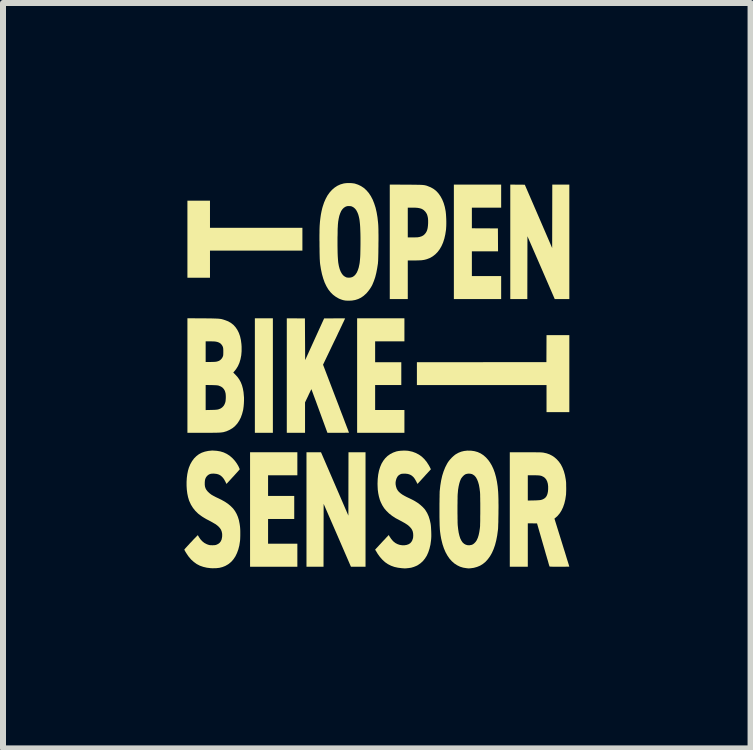
<source format=kicad_pcb>
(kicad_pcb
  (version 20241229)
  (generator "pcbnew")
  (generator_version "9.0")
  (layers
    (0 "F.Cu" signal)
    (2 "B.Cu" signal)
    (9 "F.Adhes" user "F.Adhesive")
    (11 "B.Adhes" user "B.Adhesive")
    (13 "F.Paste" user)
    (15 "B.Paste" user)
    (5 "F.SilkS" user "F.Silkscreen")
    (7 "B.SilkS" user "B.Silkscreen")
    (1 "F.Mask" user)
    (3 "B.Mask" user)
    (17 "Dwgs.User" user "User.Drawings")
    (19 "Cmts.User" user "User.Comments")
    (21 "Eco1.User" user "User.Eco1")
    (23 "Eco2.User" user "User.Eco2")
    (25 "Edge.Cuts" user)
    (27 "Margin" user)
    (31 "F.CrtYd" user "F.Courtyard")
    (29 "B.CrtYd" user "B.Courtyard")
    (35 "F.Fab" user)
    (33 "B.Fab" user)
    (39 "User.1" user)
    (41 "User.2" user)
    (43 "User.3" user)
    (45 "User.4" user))
  (footprint "LOGO"
    (layer "F.Cu")
    (at 3.229 3.21)
    (property "Reference" "LOGO" (at 0 0 0) (layer "User.1") (effects (font (size 1.5 1.5) (thickness 0.3)) (justify mirror)))
    (attr board_only exclude_from_pos_files exclude_from_bom)
    (fp_poly (pts (xy -1.732 -0.002) (xy -1.732 0.952) (xy -1.882 0.952) (xy -2.032 0.952) (xy -2.032 -0.002) (xy -2.032 -0.956) (xy -1.882 -0.956) (xy -1.732 -0.956)) (stroke (width 0) (type solid)) (fill yes) (layer "F.SilkS"))
    (fp_poly (pts (xy -2.78 -2.69) (xy -2.78 -2.464) (xy -2.01 -2.464) (xy -1.24 -2.464) (xy -1.24 -2.274) (xy -1.24 -2.084) (xy -2.01 -2.084) (xy -2.78 -2.084) (xy -2.78 -1.858) (xy -2.78 -1.632) (xy -2.968 -1.632) (xy -3.156 -1.632) (xy -3.156 -2.274) (xy -3.156 -2.916) (xy -2.968 -2.916) (xy -2.78 -2.916)) (stroke (width 0) (type solid)) (fill yes) (layer "F.SilkS"))
    (fp_poly (pts (xy 3.208 -0.034) (xy 3.208 0.608) (xy 3.018 0.608) (xy 2.828 0.608) (xy 2.828 0.382) (xy 2.828 0.156) (xy 1.748 0.156) (xy 0.668 0.156) (xy 0.668 -0.034) (xy 0.668 -0.224) (xy 1.747 -0.225) (xy 2.826 -0.226) (xy 2.827 -0.451) (xy 2.828 -0.676) (xy 3.018 -0.676) (xy 3.208 -0.676)) (stroke (width 0) (type solid)) (fill yes) (layer "F.SilkS"))
    (fp_poly (pts (xy -0.188 2.23) (xy -0.188 3.184) (xy -0.309 3.184) (xy -0.431 3.184) (xy -0.658 2.66) (xy -0.886 2.136) (xy -0.887 2.66) (xy -0.888 3.184) (xy -1.03 3.184) (xy -1.172 3.184) (xy -1.172 2.23) (xy -1.172 1.276) (xy -1.051 1.276) (xy -0.93 1.276) (xy -0.702 1.804) (xy -0.474 2.332) (xy -0.473 1.804) (xy -0.472 1.276) (xy -0.33 1.276) (xy -0.188 1.276)) (stroke (width 0) (type solid)) (fill yes) (layer "F.SilkS"))
    (fp_poly (pts (xy 2.345 -3.183) (xy 2.466 -3.182) (xy 2.694 -2.655) (xy 2.922 -2.127) (xy 2.923 -2.656) (xy 2.924 -3.184) (xy 3.066 -3.184) (xy 3.208 -3.184) (xy 3.208 -2.23) (xy 3.208 -1.276) (xy 3.087 -1.276) (xy 2.965 -1.276) (xy 2.738 -1.8) (xy 2.51 -2.323) (xy 2.509 -1.8) (xy 2.508 -1.276) (xy 2.366 -1.276) (xy 2.224 -1.276) (xy 2.224 -2.23) (xy 2.224 -3.184)) (stroke (width 0) (type solid)) (fill yes) (layer "F.SilkS"))
    (fp_poly (pts (xy -1.324 1.468) (xy -1.324 1.66) (xy -1.568 1.66) (xy -1.812 1.66) (xy -1.812 1.832) (xy -1.812 2.004) (xy -1.594 2.004) (xy -1.376 2.004) (xy -1.376 2.196) (xy -1.376 2.388) (xy -1.594 2.388) (xy -1.812 2.388) (xy -1.812 2.594) (xy -1.812 2.8) (xy -1.568 2.8) (xy -1.324 2.8) (xy -1.324 2.992) (xy -1.324 3.184) (xy -1.718 3.184) (xy -2.112 3.184) (xy -2.112 2.23) (xy -2.112 1.276) (xy -1.718 1.276) (xy -1.324 1.276)) (stroke (width 0) (type solid)) (fill yes) (layer "F.SilkS"))
    (fp_poly (pts (xy 0.46 -0.764) (xy 0.46 -0.572) (xy 0.216 -0.572) (xy -0.028 -0.572) (xy -0.028 -0.398) (xy -0.028 -0.224) (xy 0.19 -0.224) (xy 0.408 -0.224) (xy 0.408 -0.034) (xy 0.408 0.156) (xy 0.19 0.156) (xy -0.028 0.156) (xy -0.028 0.364) (xy -0.028 0.572) (xy 0.216 0.572) (xy 0.46 0.572) (xy 0.46 0.762) (xy 0.46 0.952) (xy 0.066 0.952) (xy -0.328 0.952) (xy -0.328 -0.002) (xy -0.328 -0.956) (xy 0.066 -0.956) (xy 0.46 -0.956)) (stroke (width 0) (type solid)) (fill yes) (layer "F.SilkS"))
    (fp_poly (pts (xy 2.072 -2.992) (xy 2.072 -2.8) (xy 1.828 -2.8) (xy 1.584 -2.8) (xy 1.584 -2.628) (xy 1.584 -2.456) (xy 1.801 -2.455) (xy 2.018 -2.454) (xy 2.019 -2.263) (xy 2.02 -2.072) (xy 1.802 -2.072) (xy 1.584 -2.072) (xy 1.584 -1.866) (xy 1.584 -1.66) (xy 1.828 -1.66) (xy 2.072 -1.66) (xy 2.072 -1.468) (xy 2.072 -1.276) (xy 1.678 -1.276) (xy 1.284 -1.276) (xy 1.284 -2.23) (xy 1.284 -3.184) (xy 1.678 -3.184) (xy 2.072 -3.184)) (stroke (width 0) (type solid)) (fill yes) (layer "F.SilkS"))
    (fp_poly (pts (xy -1.349 -0.955) (xy -1.198 -0.954) (xy -1.196 -0.607) (xy -1.194 -0.259) (xy -1.036 -0.607) (xy -0.878 -0.954) (xy -0.703 -0.955) (xy -0.666 -0.955) (xy -0.632 -0.955) (xy -0.602 -0.955) (xy -0.576 -0.955) (xy -0.554 -0.955) (xy -0.539 -0.954) (xy -0.53 -0.954) (xy -0.528 -0.954) (xy -0.53 -0.95) (xy -0.535 -0.939) (xy -0.543 -0.922) (xy -0.553 -0.9) (xy -0.567 -0.872) (xy -0.582 -0.839) (xy -0.6 -0.802) (xy -0.619 -0.761) (xy -0.641 -0.716) (xy -0.663 -0.668) (xy -0.687 -0.618) (xy -0.712 -0.567) (xy -0.896 -0.183) (xy -0.68 0.382) (xy -0.655 0.447) (xy -0.631 0.509) (xy -0.609 0.569) (xy -0.587 0.626) (xy -0.566 0.68) (xy -0.547 0.73) (xy -0.53 0.776) (xy -0.514 0.817) (xy -0.5 0.854) (xy -0.488 0.885) (xy -0.478 0.911) (xy -0.471 0.93) (xy -0.466 0.943) (xy -0.464 0.949) (xy -0.464 0.95) (xy -0.468 0.95) (xy -0.479 0.951) (xy -0.496 0.951) (xy -0.519 0.951) (xy -0.547 0.952) (xy -0.579 0.952) (xy -0.614 0.952) (xy -0.643 0.952) (xy -0.823 0.952) (xy -0.956 0.589) (xy -0.975 0.537) (xy -0.993 0.488) (xy -1.01 0.441) (xy -1.026 0.398) (xy -1.041 0.358) (xy -1.054 0.323) (xy -1.065 0.292) (xy -1.075 0.266) (xy -1.082 0.246) (xy -1.087 0.233) (xy -1.09 0.226) (xy -1.09 0.225) (xy -1.092 0.228) (xy -1.097 0.238) (xy -1.104 0.253) (xy -1.114 0.273) (xy -1.125 0.296) (xy -1.138 0.323) (xy -1.143 0.335) (xy -1.196 0.445) (xy -1.196 0.699) (xy -1.196 0.952) (xy -1.348 0.952) (xy -1.5 0.952) (xy -1.5 -0.002) (xy -1.5 -0.956)) (stroke (width 0) (type solid)) (fill yes) (layer "F.SilkS"))
    (fp_poly (pts (xy 0.489 -3.183) (xy 0.544 -3.183) (xy 0.592 -3.182) (xy 0.634 -3.182) (xy 0.669 -3.181) (xy 0.699 -3.181) (xy 0.725 -3.18) (xy 0.746 -3.179) (xy 0.764 -3.178) (xy 0.779 -3.176) (xy 0.792 -3.175) (xy 0.804 -3.172) (xy 0.815 -3.17) (xy 0.826 -3.167) (xy 0.838 -3.163) (xy 0.848 -3.159) (xy 0.9 -3.138) (xy 0.947 -3.111) (xy 0.99 -3.077) (xy 1.028 -3.036) (xy 1.061 -2.989) (xy 1.09 -2.936) (xy 1.114 -2.877) (xy 1.133 -2.812) (xy 1.147 -2.741) (xy 1.15 -2.714) (xy 1.153 -2.685) (xy 1.155 -2.65) (xy 1.157 -2.612) (xy 1.158 -2.571) (xy 1.158 -2.531) (xy 1.157 -2.492) (xy 1.155 -2.458) (xy 1.153 -2.43) (xy 1.141 -2.353) (xy 1.125 -2.283) (xy 1.104 -2.218) (xy 1.078 -2.159) (xy 1.048 -2.107) (xy 1.013 -2.061) (xy 0.974 -2.021) (xy 0.93 -1.987) (xy 0.882 -1.96) (xy 0.83 -1.94) (xy 0.824 -1.939) (xy 0.804 -1.933) (xy 0.784 -1.929) (xy 0.764 -1.926) (xy 0.743 -1.923) (xy 0.717 -1.922) (xy 0.688 -1.921) (xy 0.653 -1.92) (xy 0.622 -1.92) (xy 0.516 -1.92) (xy 0.516 -1.598) (xy 0.516 -1.276) (xy 0.366 -1.276) (xy 0.216 -1.276) (xy 0.216 -2.23) (xy 0.216 -2.8) (xy 0.516 -2.8) (xy 0.516 -2.552) (xy 0.516 -2.304) (xy 0.599 -2.304) (xy 0.629 -2.304) (xy 0.653 -2.305) (xy 0.672 -2.305) (xy 0.686 -2.307) (xy 0.699 -2.309) (xy 0.711 -2.311) (xy 0.713 -2.312) (xy 0.741 -2.32) (xy 0.762 -2.33) (xy 0.781 -2.342) (xy 0.796 -2.356) (xy 0.814 -2.377) (xy 0.828 -2.4) (xy 0.839 -2.427) (xy 0.847 -2.459) (xy 0.852 -2.497) (xy 0.855 -2.541) (xy 0.855 -2.544) (xy 0.855 -2.589) (xy 0.852 -2.627) (xy 0.845 -2.66) (xy 0.836 -2.689) (xy 0.822 -2.714) (xy 0.804 -2.738) (xy 0.799 -2.742) (xy 0.782 -2.759) (xy 0.762 -2.772) (xy 0.74 -2.783) (xy 0.714 -2.79) (xy 0.683 -2.796) (xy 0.646 -2.799) (xy 0.603 -2.8) (xy 0.592 -2.8) (xy 0.516 -2.8) (xy 0.216 -2.8) (xy 0.216 -3.184)) (stroke (width 0) (type solid)) (fill yes) (layer "F.SilkS"))
    (fp_poly (pts (xy 2.532 1.276) (xy 2.579 1.276) (xy 2.619 1.276) (xy 2.653 1.277) (xy 2.682 1.277) (xy 2.705 1.277) (xy 2.725 1.278) (xy 2.741 1.279) (xy 2.754 1.28) (xy 2.764 1.281) (xy 2.773 1.282) (xy 2.774 1.282) (xy 2.829 1.294) (xy 2.877 1.311) (xy 2.922 1.334) (xy 2.963 1.362) (xy 2.997 1.392) (xy 3.034 1.433) (xy 3.067 1.48) (xy 3.094 1.533) (xy 3.117 1.592) (xy 3.135 1.657) (xy 3.148 1.728) (xy 3.152 1.758) (xy 3.154 1.778) (xy 3.155 1.805) (xy 3.155 1.835) (xy 3.156 1.868) (xy 3.156 1.901) (xy 3.155 1.933) (xy 3.154 1.961) (xy 3.153 1.984) (xy 3.152 1.99) (xy 3.141 2.063) (xy 3.125 2.13) (xy 3.104 2.191) (xy 3.078 2.246) (xy 3.047 2.295) (xy 3.011 2.338) (xy 2.977 2.368) (xy 2.96 2.382) (xy 3.084 2.781) (xy 3.101 2.836) (xy 3.117 2.888) (xy 3.133 2.938) (xy 3.147 2.984) (xy 3.16 3.027) (xy 3.172 3.066) (xy 3.183 3.1) (xy 3.192 3.129) (xy 3.199 3.152) (xy 3.204 3.169) (xy 3.207 3.179) (xy 3.208 3.182) (xy 3.204 3.182) (xy 3.193 3.183) (xy 3.176 3.183) (xy 3.153 3.183) (xy 3.125 3.184) (xy 3.094 3.184) (xy 3.06 3.184) (xy 3.044 3.184) (xy 3.003 3.184) (xy 2.97 3.184) (xy 2.943 3.184) (xy 2.922 3.183) (xy 2.906 3.183) (xy 2.894 3.182) (xy 2.886 3.182) (xy 2.881 3.18) (xy 2.879 3.179) (xy 2.877 3.178) (xy 2.877 3.177) (xy 2.875 3.172) (xy 2.872 3.16) (xy 2.866 3.142) (xy 2.859 3.117) (xy 2.851 3.087) (xy 2.84 3.052) (xy 2.829 3.013) (xy 2.816 2.97) (xy 2.803 2.923) (xy 2.789 2.874) (xy 2.774 2.823) (xy 2.772 2.816) (xy 2.67 2.462) (xy 2.593 2.461) (xy 2.516 2.46) (xy 2.516 2.822) (xy 2.516 3.184) (xy 2.366 3.184) (xy 2.216 3.184) (xy 2.216 2.23) (xy 2.216 1.66) (xy 2.516 1.66) (xy 2.516 1.871) (xy 2.516 2.081) (xy 2.615 2.079) (xy 2.655 2.078) (xy 2.687 2.076) (xy 2.713 2.074) (xy 2.73 2.072) (xy 2.736 2.071) (xy 2.768 2.06) (xy 2.794 2.045) (xy 2.815 2.026) (xy 2.831 2.002) (xy 2.843 1.972) (xy 2.851 1.936) (xy 2.855 1.894) (xy 2.855 1.844) (xy 2.85 1.801) (xy 2.839 1.763) (xy 2.824 1.732) (xy 2.803 1.706) (xy 2.777 1.686) (xy 2.746 1.671) (xy 2.727 1.666) (xy 2.715 1.664) (xy 2.699 1.662) (xy 2.678 1.661) (xy 2.651 1.66) (xy 2.617 1.66) (xy 2.609 1.66) (xy 2.516 1.66) (xy 2.216 1.66) (xy 2.216 1.276) (xy 2.477 1.276)) (stroke (width 0) (type solid)) (fill yes) (layer "F.SilkS"))
    (fp_poly (pts (xy -2.901 -0.955) (xy -2.846 -0.955) (xy -2.798 -0.954) (xy -2.756 -0.954) (xy -2.721 -0.953) (xy -2.691 -0.952) (xy -2.665 -0.951) (xy -2.643 -0.95) (xy -2.624 -0.948) (xy -2.607 -0.946) (xy -2.592 -0.944) (xy -2.578 -0.94) (xy -2.564 -0.937) (xy -2.55 -0.932) (xy -2.534 -0.927) (xy -2.528 -0.925) (xy -2.476 -0.905) (xy -2.43 -0.878) (xy -2.389 -0.846) (xy -2.354 -0.807) (xy -2.324 -0.763) (xy -2.299 -0.713) (xy -2.279 -0.657) (xy -2.265 -0.595) (xy -2.256 -0.527) (xy -2.253 -0.482) (xy -2.253 -0.407) (xy -2.259 -0.338) (xy -2.272 -0.273) (xy -2.29 -0.213) (xy -2.314 -0.159) (xy -2.345 -0.109) (xy -2.374 -0.073) (xy -2.392 -0.052) (xy -2.357 -0.017) (xy -2.322 0.021) (xy -2.292 0.063) (xy -2.267 0.109) (xy -2.247 0.159) (xy -2.232 0.214) (xy -2.221 0.275) (xy -2.215 0.342) (xy -2.213 0.365) (xy -2.213 0.412) (xy -2.215 0.461) (xy -2.219 0.51) (xy -2.225 0.555) (xy -2.228 0.574) (xy -2.245 0.638) (xy -2.266 0.697) (xy -2.293 0.75) (xy -2.325 0.798) (xy -2.362 0.839) (xy -2.404 0.874) (xy -2.451 0.902) (xy -2.502 0.925) (xy -2.507 0.927) (xy -2.521 0.931) (xy -2.535 0.935) (xy -2.547 0.939) (xy -2.561 0.942) (xy -2.575 0.944) (xy -2.591 0.946) (xy -2.609 0.948) (xy -2.63 0.949) (xy -2.655 0.95) (xy -2.684 0.951) (xy -2.718 0.951) (xy -2.758 0.952) (xy -2.804 0.952) (xy -2.857 0.952) (xy -2.889 0.952) (xy -3.156 0.952) (xy -3.156 0.155) (xy -2.852 0.155) (xy -2.852 0.364) (xy -2.852 0.573) (xy -2.759 0.571) (xy -2.724 0.57) (xy -2.696 0.569) (xy -2.674 0.567) (xy -2.657 0.565) (xy -2.645 0.563) (xy -2.642 0.562) (xy -2.607 0.549) (xy -2.578 0.53) (xy -2.554 0.505) (xy -2.536 0.475) (xy -2.523 0.439) (xy -2.522 0.433) (xy -2.519 0.411) (xy -2.517 0.385) (xy -2.516 0.356) (xy -2.517 0.327) (xy -2.519 0.302) (xy -2.522 0.287) (xy -2.532 0.253) (xy -2.548 0.225) (xy -2.569 0.201) (xy -2.596 0.182) (xy -2.63 0.168) (xy -2.636 0.166) (xy -2.645 0.163) (xy -2.656 0.162) (xy -2.67 0.16) (xy -2.688 0.159) (xy -2.711 0.158) (xy -2.741 0.157) (xy -2.755 0.157) (xy -2.852 0.155) (xy -3.156 0.155) (xy -3.156 -0.002) (xy -3.156 -0.572) (xy -2.852 -0.572) (xy -2.852 -0.4) (xy -2.852 -0.228) (xy -2.775 -0.228) (xy -2.737 -0.229) (xy -2.706 -0.23) (xy -2.683 -0.232) (xy -2.671 -0.234) (xy -2.655 -0.238) (xy -2.638 -0.244) (xy -2.628 -0.248) (xy -2.607 -0.262) (xy -2.587 -0.282) (xy -2.572 -0.305) (xy -2.567 -0.315) (xy -2.564 -0.325) (xy -2.561 -0.334) (xy -2.559 -0.345) (xy -2.559 -0.358) (xy -2.558 -0.377) (xy -2.558 -0.4) (xy -2.558 -0.424) (xy -2.559 -0.443) (xy -2.56 -0.456) (xy -2.562 -0.467) (xy -2.564 -0.476) (xy -2.568 -0.486) (xy -2.582 -0.511) (xy -2.602 -0.534) (xy -2.627 -0.55) (xy -2.629 -0.551) (xy -2.646 -0.558) (xy -2.662 -0.563) (xy -2.681 -0.567) (xy -2.703 -0.57) (xy -2.729 -0.571) (xy -2.761 -0.572) (xy -2.775 -0.572) (xy -2.852 -0.572) (xy -3.156 -0.572) (xy -3.156 -0.957)) (stroke (width 0) (type solid)) (fill yes) (layer "F.SilkS"))
    (fp_poly (pts (xy 0.477 1.249) (xy 0.513 1.251) (xy 0.533 1.254) (xy 0.593 1.267) (xy 0.649 1.288) (xy 0.701 1.315) (xy 0.749 1.349) (xy 0.792 1.39) (xy 0.831 1.438) (xy 0.866 1.492) (xy 0.883 1.523) (xy 0.901 1.56) (xy 0.887 1.575) (xy 0.881 1.582) (xy 0.871 1.593) (xy 0.856 1.609) (xy 0.838 1.629) (xy 0.818 1.65) (xy 0.797 1.674) (xy 0.784 1.688) (xy 0.762 1.712) (xy 0.742 1.734) (xy 0.724 1.754) (xy 0.708 1.771) (xy 0.696 1.784) (xy 0.689 1.793) (xy 0.686 1.795) (xy 0.678 1.804) (xy 0.655 1.759) (xy 0.633 1.72) (xy 0.609 1.689) (xy 0.583 1.666) (xy 0.553 1.649) (xy 0.519 1.638) (xy 0.481 1.633) (xy 0.45 1.633) (xy 0.43 1.634) (xy 0.416 1.635) (xy 0.404 1.638) (xy 0.393 1.643) (xy 0.386 1.646) (xy 0.362 1.662) (xy 0.343 1.684) (xy 0.329 1.711) (xy 0.319 1.742) (xy 0.313 1.774) (xy 0.313 1.809) (xy 0.319 1.843) (xy 0.329 1.876) (xy 0.334 1.887) (xy 0.349 1.913) (xy 0.369 1.937) (xy 0.394 1.959) (xy 0.424 1.981) (xy 0.462 2.003) (xy 0.496 2.021) (xy 0.519 2.032) (xy 0.545 2.044) (xy 0.569 2.056) (xy 0.588 2.065) (xy 0.636 2.091) (xy 0.682 2.12) (xy 0.724 2.152) (xy 0.762 2.186) (xy 0.794 2.22) (xy 0.809 2.24) (xy 0.839 2.289) (xy 0.864 2.344) (xy 0.883 2.405) (xy 0.896 2.464) (xy 0.9 2.492) (xy 0.903 2.526) (xy 0.905 2.563) (xy 0.907 2.603) (xy 0.908 2.643) (xy 0.908 2.681) (xy 0.906 2.716) (xy 0.904 2.74) (xy 0.894 2.814) (xy 0.878 2.882) (xy 0.858 2.943) (xy 0.833 2.999) (xy 0.802 3.048) (xy 0.767 3.091) (xy 0.727 3.127) (xy 0.682 3.158) (xy 0.658 3.17) (xy 0.616 3.187) (xy 0.572 3.2) (xy 0.523 3.207) (xy 0.51 3.208) (xy 0.492 3.21) (xy 0.477 3.211) (xy 0.466 3.211) (xy 0.462 3.211) (xy 0.457 3.211) (xy 0.445 3.21) (xy 0.429 3.209) (xy 0.416 3.208) (xy 0.352 3.2) (xy 0.293 3.187) (xy 0.237 3.167) (xy 0.186 3.141) (xy 0.139 3.109) (xy 0.095 3.069) (xy 0.053 3.022) (xy 0.014 2.968) (xy -0.002 2.941) (xy -0.028 2.899) (xy -0.013 2.882) (xy -0.005 2.874) (xy 0.007 2.861) (xy 0.022 2.845) (xy 0.039 2.826) (xy 0.059 2.805) (xy 0.079 2.783) (xy 0.1 2.76) (xy 0.121 2.738) (xy 0.141 2.717) (xy 0.158 2.698) (xy 0.174 2.682) (xy 0.186 2.669) (xy 0.194 2.66) (xy 0.198 2.656) (xy 0.198 2.656) (xy 0.201 2.659) (xy 0.206 2.668) (xy 0.212 2.679) (xy 0.238 2.718) (xy 0.268 2.754) (xy 0.282 2.767) (xy 0.312 2.79) (xy 0.347 2.808) (xy 0.384 2.82) (xy 0.423 2.826) (xy 0.461 2.826) (xy 0.498 2.82) (xy 0.531 2.808) (xy 0.556 2.792) (xy 0.576 2.77) (xy 0.591 2.744) (xy 0.602 2.711) (xy 0.605 2.695) (xy 0.607 2.661) (xy 0.605 2.627) (xy 0.598 2.594) (xy 0.59 2.575) (xy 0.58 2.556) (xy 0.564 2.535) (xy 0.544 2.514) (xy 0.523 2.495) (xy 0.514 2.488) (xy 0.493 2.474) (xy 0.467 2.457) (xy 0.436 2.44) (xy 0.403 2.422) (xy 0.379 2.409) (xy 0.313 2.374) (xy 0.255 2.336) (xy 0.204 2.296) (xy 0.16 2.253) (xy 0.122 2.208) (xy 0.091 2.159) (xy 0.065 2.106) (xy 0.05 2.067) (xy 0.035 2.014) (xy 0.024 1.96) (xy 0.016 1.901) (xy 0.013 1.838) (xy 0.012 1.799) (xy 0.015 1.722) (xy 0.023 1.65) (xy 0.036 1.584) (xy 0.055 1.523) (xy 0.078 1.468) (xy 0.107 1.419) (xy 0.141 1.375) (xy 0.179 1.338) (xy 0.223 1.307) (xy 0.271 1.282) (xy 0.324 1.263) (xy 0.332 1.261) (xy 0.363 1.255) (xy 0.399 1.251) (xy 0.438 1.249)) (stroke (width 0) (type solid)) (fill yes) (layer "F.SilkS"))
    (fp_poly (pts (xy -2.668 1.252) (xy -2.608 1.262) (xy -2.552 1.279) (xy -2.499 1.304) (xy -2.451 1.335) (xy -2.406 1.374) (xy -2.365 1.419) (xy -2.335 1.46) (xy -2.324 1.478) (xy -2.313 1.496) (xy -2.303 1.515) (xy -2.295 1.533) (xy -2.289 1.547) (xy -2.285 1.558) (xy -2.285 1.561) (xy -2.288 1.565) (xy -2.296 1.574) (xy -2.308 1.588) (xy -2.324 1.606) (xy -2.343 1.627) (xy -2.364 1.65) (xy -2.387 1.676) (xy -2.396 1.685) (xy -2.505 1.804) (xy -2.526 1.761) (xy -2.548 1.722) (xy -2.573 1.691) (xy -2.599 1.667) (xy -2.63 1.649) (xy -2.664 1.638) (xy -2.703 1.633) (xy -2.722 1.632) (xy -2.751 1.633) (xy -2.774 1.637) (xy -2.794 1.645) (xy -2.812 1.656) (xy -2.825 1.668) (xy -2.841 1.686) (xy -2.852 1.705) (xy -2.86 1.726) (xy -2.865 1.752) (xy -2.867 1.78) (xy -2.867 1.818) (xy -2.863 1.849) (xy -2.854 1.877) (xy -2.84 1.903) (xy -2.82 1.928) (xy -2.808 1.94) (xy -2.784 1.962) (xy -2.755 1.984) (xy -2.72 2.004) (xy -2.68 2.025) (xy -2.656 2.036) (xy -2.59 2.068) (xy -2.531 2.101) (xy -2.479 2.136) (xy -2.435 2.173) (xy -2.396 2.212) (xy -2.364 2.255) (xy -2.337 2.302) (xy -2.315 2.353) (xy -2.298 2.408) (xy -2.286 2.469) (xy -2.28 2.51) (xy -2.278 2.532) (xy -2.276 2.56) (xy -2.275 2.593) (xy -2.275 2.627) (xy -2.275 2.662) (xy -2.276 2.696) (xy -2.277 2.725) (xy -2.279 2.75) (xy -2.28 2.758) (xy -2.291 2.83) (xy -2.308 2.896) (xy -2.33 2.956) (xy -2.356 3.01) (xy -2.387 3.057) (xy -2.423 3.099) (xy -2.464 3.134) (xy -2.482 3.146) (xy -2.526 3.171) (xy -2.572 3.189) (xy -2.623 3.202) (xy -2.677 3.208) (xy -2.737 3.209) (xy -2.766 3.208) (xy -2.832 3.2) (xy -2.892 3.186) (xy -2.949 3.166) (xy -3.001 3.139) (xy -3.048 3.105) (xy -3.093 3.065) (xy -3.134 3.017) (xy -3.142 3.006) (xy -3.153 2.99) (xy -3.165 2.972) (xy -3.177 2.954) (xy -3.188 2.936) (xy -3.197 2.92) (xy -3.204 2.907) (xy -3.207 2.899) (xy -3.207 2.897) (xy -3.204 2.893) (xy -3.196 2.884) (xy -3.185 2.871) (xy -3.17 2.855) (xy -3.152 2.835) (xy -3.132 2.814) (xy -3.112 2.791) (xy -3.09 2.769) (xy -3.069 2.746) (xy -3.049 2.724) (xy -3.03 2.705) (xy -3.013 2.688) (xy -3 2.674) (xy -2.99 2.664) (xy -2.984 2.659) (xy -2.983 2.658) (xy -2.98 2.662) (xy -2.974 2.672) (xy -2.967 2.684) (xy -2.967 2.685) (xy -2.94 2.725) (xy -2.909 2.759) (xy -2.874 2.787) (xy -2.836 2.807) (xy -2.821 2.813) (xy -2.803 2.819) (xy -2.788 2.823) (xy -2.773 2.825) (xy -2.754 2.825) (xy -2.742 2.826) (xy -2.718 2.825) (xy -2.699 2.824) (xy -2.684 2.821) (xy -2.674 2.818) (xy -2.644 2.804) (xy -2.619 2.785) (xy -2.6 2.76) (xy -2.586 2.729) (xy -2.579 2.693) (xy -2.577 2.675) (xy -2.577 2.636) (xy -2.584 2.6) (xy -2.596 2.568) (xy -2.616 2.538) (xy -2.643 2.509) (xy -2.677 2.482) (xy -2.685 2.476) (xy -2.699 2.468) (xy -2.718 2.457) (xy -2.74 2.444) (xy -2.765 2.43) (xy -2.79 2.417) (xy -2.793 2.415) (xy -2.84 2.391) (xy -2.879 2.368) (xy -2.914 2.346) (xy -2.944 2.324) (xy -2.972 2.303) (xy -2.977 2.299) (xy -3.023 2.254) (xy -3.063 2.204) (xy -3.097 2.15) (xy -3.124 2.091) (xy -3.13 2.076) (xy -3.146 2.022) (xy -3.158 1.963) (xy -3.166 1.9) (xy -3.17 1.835) (xy -3.17 1.769) (xy -3.166 1.703) (xy -3.158 1.641) (xy -3.146 1.582) (xy -3.132 1.534) (xy -3.108 1.476) (xy -3.079 1.425) (xy -3.046 1.38) (xy -3.007 1.341) (xy -2.965 1.309) (xy -2.918 1.284) (xy -2.866 1.266) (xy -2.81 1.254) (xy -2.75 1.248) (xy -2.732 1.248)) (stroke (width 0) (type solid)) (fill yes) (layer "F.SilkS"))
    (fp_poly (pts (xy 1.572 1.25) (xy 1.628 1.258) (xy 1.681 1.273) (xy 1.731 1.296) (xy 1.777 1.326) (xy 1.819 1.363) (xy 1.858 1.407) (xy 1.886 1.446) (xy 1.917 1.499) (xy 1.944 1.557) (xy 1.967 1.621) (xy 1.986 1.69) (xy 2.002 1.766) (xy 2.014 1.847) (xy 2.022 1.936) (xy 2.024 1.974) (xy 2.025 2.001) (xy 2.026 2.034) (xy 2.027 2.071) (xy 2.027 2.113) (xy 2.028 2.158) (xy 2.028 2.205) (xy 2.027 2.253) (xy 2.027 2.302) (xy 2.026 2.349) (xy 2.025 2.395) (xy 2.025 2.438) (xy 2.023 2.478) (xy 2.022 2.513) (xy 2.021 2.542) (xy 2.019 2.565) (xy 2.018 2.573) (xy 2.006 2.662) (xy 1.99 2.745) (xy 1.97 2.822) (xy 1.946 2.891) (xy 1.918 2.954) (xy 1.886 3.01) (xy 1.85 3.059) (xy 1.811 3.102) (xy 1.768 3.137) (xy 1.721 3.166) (xy 1.67 3.187) (xy 1.616 3.202) (xy 1.573 3.208) (xy 1.555 3.21) (xy 1.541 3.211) (xy 1.531 3.211) (xy 1.528 3.211) (xy 1.523 3.211) (xy 1.513 3.21) (xy 1.498 3.208) (xy 1.494 3.208) (xy 1.439 3.199) (xy 1.387 3.183) (xy 1.338 3.159) (xy 1.292 3.129) (xy 1.25 3.092) (xy 1.211 3.048) (xy 1.176 2.997) (xy 1.145 2.941) (xy 1.118 2.878) (xy 1.095 2.809) (xy 1.079 2.744) (xy 1.072 2.714) (xy 1.067 2.686) (xy 1.062 2.657) (xy 1.058 2.628) (xy 1.054 2.598) (xy 1.051 2.566) (xy 1.049 2.531) (xy 1.047 2.493) (xy 1.046 2.45) (xy 1.045 2.402) (xy 1.044 2.349) (xy 1.044 2.289) (xy 1.044 2.251) (xy 1.344 2.251) (xy 1.344 2.295) (xy 1.345 2.338) (xy 1.345 2.378) (xy 1.346 2.414) (xy 1.346 2.445) (xy 1.347 2.471) (xy 1.348 2.489) (xy 1.348 2.49) (xy 1.355 2.556) (xy 1.364 2.615) (xy 1.376 2.666) (xy 1.39 2.71) (xy 1.408 2.747) (xy 1.428 2.777) (xy 1.43 2.779) (xy 1.454 2.801) (xy 1.481 2.816) (xy 1.512 2.825) (xy 1.544 2.826) (xy 1.577 2.82) (xy 1.585 2.818) (xy 1.605 2.808) (xy 1.625 2.792) (xy 1.644 2.772) (xy 1.66 2.75) (xy 1.665 2.741) (xy 1.683 2.702) (xy 1.697 2.657) (xy 1.708 2.605) (xy 1.717 2.545) (xy 1.72 2.516) (xy 1.721 2.502) (xy 1.721 2.481) (xy 1.722 2.453) (xy 1.723 2.421) (xy 1.723 2.384) (xy 1.723 2.344) (xy 1.724 2.301) (xy 1.724 2.257) (xy 1.724 2.213) (xy 1.724 2.169) (xy 1.724 2.125) (xy 1.723 2.085) (xy 1.723 2.047) (xy 1.722 2.013) (xy 1.722 1.984) (xy 1.721 1.962) (xy 1.72 1.945) (xy 1.72 1.942) (xy 1.712 1.878) (xy 1.702 1.821) (xy 1.688 1.772) (xy 1.672 1.731) (xy 1.653 1.696) (xy 1.631 1.669) (xy 1.605 1.65) (xy 1.586 1.64) (xy 1.56 1.634) (xy 1.532 1.632) (xy 1.504 1.635) (xy 1.479 1.642) (xy 1.474 1.645) (xy 1.455 1.657) (xy 1.436 1.675) (xy 1.418 1.696) (xy 1.404 1.716) (xy 1.402 1.72) (xy 1.387 1.755) (xy 1.374 1.798) (xy 1.363 1.847) (xy 1.354 1.902) (xy 1.349 1.962) (xy 1.348 1.968) (xy 1.347 1.987) (xy 1.346 2.012) (xy 1.346 2.044) (xy 1.345 2.08) (xy 1.345 2.12) (xy 1.344 2.163) (xy 1.344 2.207) (xy 1.344 2.251) (xy 1.044 2.251) (xy 1.044 2.228) (xy 1.044 2.182) (xy 1.044 2.137) (xy 1.045 2.094) (xy 1.045 2.054) (xy 1.046 2.017) (xy 1.046 1.985) (xy 1.047 1.958) (xy 1.047 1.937) (xy 1.048 1.924) (xy 1.058 1.832) (xy 1.072 1.746) (xy 1.09 1.667) (xy 1.113 1.594) (xy 1.14 1.527) (xy 1.171 1.467) (xy 1.186 1.442) (xy 1.204 1.417) (xy 1.226 1.391) (xy 1.25 1.365) (xy 1.276 1.341) (xy 1.3 1.321) (xy 1.315 1.31) (xy 1.36 1.285) (xy 1.405 1.267) (xy 1.454 1.255) (xy 1.507 1.249) (xy 1.512 1.249)) (stroke (width 0) (type solid)) (fill yes) (layer "F.SilkS"))
    (fp_poly (pts (xy -0.417 -3.208) (xy -0.385 -3.204) (xy -0.367 -3.201) (xy -0.313 -3.183) (xy -0.263 -3.159) (xy -0.216 -3.128) (xy -0.174 -3.09) (xy -0.135 -3.045) (xy -0.101 -2.994) (xy -0.07 -2.936) (xy -0.044 -2.871) (xy -0.021 -2.8) (xy -0.003 -2.722) (xy 0.011 -2.639) (xy 0.021 -2.549) (xy 0.024 -2.512) (xy 0.025 -2.49) (xy 0.026 -2.461) (xy 0.027 -2.427) (xy 0.027 -2.388) (xy 0.028 -2.345) (xy 0.028 -2.3) (xy 0.028 -2.253) (xy 0.027 -2.205) (xy 0.027 -2.157) (xy 0.026 -2.109) (xy 0.026 -2.064) (xy 0.025 -2.02) (xy 0.024 -1.981) (xy 0.023 -1.945) (xy 0.022 -1.915) (xy 0.02 -1.891) (xy 0.019 -1.874) (xy 0.019 -1.872) (xy 0.006 -1.789) (xy -0.009 -1.711) (xy -0.027 -1.64) (xy -0.049 -1.576) (xy -0.073 -1.518) (xy -0.079 -1.505) (xy -0.095 -1.477) (xy -0.114 -1.447) (xy -0.136 -1.417) (xy -0.158 -1.39) (xy -0.178 -1.367) (xy -0.179 -1.367) (xy -0.221 -1.329) (xy -0.265 -1.299) (xy -0.311 -1.277) (xy -0.36 -1.261) (xy -0.413 -1.252) (xy -0.45 -1.25) (xy -0.472 -1.25) (xy -0.494 -1.25) (xy -0.512 -1.251) (xy -0.525 -1.252) (xy -0.562 -1.259) (xy -0.596 -1.27) (xy -0.631 -1.284) (xy -0.638 -1.288) (xy -0.686 -1.316) (xy -0.731 -1.35) (xy -0.771 -1.39) (xy -0.808 -1.437) (xy -0.84 -1.491) (xy -0.869 -1.552) (xy -0.893 -1.619) (xy -0.914 -1.693) (xy -0.931 -1.774) (xy -0.945 -1.862) (xy -0.946 -1.876) (xy -0.948 -1.893) (xy -0.949 -1.916) (xy -0.951 -1.946) (xy -0.952 -1.981) (xy -0.953 -2.021) (xy -0.954 -2.064) (xy -0.954 -2.109) (xy -0.955 -2.156) (xy -0.955 -2.204) (xy -0.955 -2.23) (xy -0.655 -2.23) (xy -0.655 -2.162) (xy -0.654 -2.098) (xy -0.653 -2.041) (xy -0.651 -1.99) (xy -0.648 -1.945) (xy -0.645 -1.907) (xy -0.642 -1.88) (xy -0.632 -1.825) (xy -0.619 -1.777) (xy -0.603 -1.736) (xy -0.584 -1.702) (xy -0.563 -1.674) (xy -0.538 -1.654) (xy -0.51 -1.639) (xy -0.508 -1.638) (xy -0.486 -1.634) (xy -0.46 -1.633) (xy -0.433 -1.636) (xy -0.409 -1.643) (xy -0.403 -1.646) (xy -0.378 -1.662) (xy -0.355 -1.686) (xy -0.334 -1.717) (xy -0.317 -1.755) (xy -0.302 -1.8) (xy -0.291 -1.851) (xy -0.286 -1.878) (xy -0.283 -1.906) (xy -0.28 -1.939) (xy -0.277 -1.976) (xy -0.275 -2.019) (xy -0.274 -2.068) (xy -0.273 -2.123) (xy -0.272 -2.185) (xy -0.272 -2.23) (xy -0.272 -2.301) (xy -0.273 -2.365) (xy -0.275 -2.422) (xy -0.277 -2.473) (xy -0.28 -2.518) (xy -0.284 -2.559) (xy -0.288 -2.594) (xy -0.294 -2.627) (xy -0.301 -2.656) (xy -0.308 -2.682) (xy -0.317 -2.706) (xy -0.327 -2.729) (xy -0.328 -2.73) (xy -0.344 -2.76) (xy -0.363 -2.783) (xy -0.383 -2.801) (xy -0.403 -2.813) (xy -0.418 -2.82) (xy -0.43 -2.824) (xy -0.442 -2.825) (xy -0.459 -2.826) (xy -0.464 -2.826) (xy -0.483 -2.826) (xy -0.497 -2.824) (xy -0.509 -2.82) (xy -0.522 -2.815) (xy -0.549 -2.798) (xy -0.572 -2.775) (xy -0.593 -2.745) (xy -0.61 -2.707) (xy -0.625 -2.663) (xy -0.636 -2.613) (xy -0.639 -2.593) (xy -0.643 -2.573) (xy -0.645 -2.553) (xy -0.647 -2.533) (xy -0.649 -2.51) (xy -0.65 -2.484) (xy -0.652 -2.454) (xy -0.653 -2.419) (xy -0.653 -2.379) (xy -0.654 -2.332) (xy -0.655 -2.304) (xy -0.655 -2.23) (xy -0.955 -2.23) (xy -0.956 -2.252) (xy -0.956 -2.299) (xy -0.956 -2.343) (xy -0.955 -2.385) (xy -0.955 -2.423) (xy -0.954 -2.457) (xy -0.953 -2.484) (xy -0.952 -2.504) (xy -0.947 -2.569) (xy -0.94 -2.629) (xy -0.932 -2.684) (xy -0.922 -2.736) (xy -0.91 -2.788) (xy -0.902 -2.816) (xy -0.879 -2.885) (xy -0.852 -2.947) (xy -0.821 -3.004) (xy -0.785 -3.054) (xy -0.746 -3.097) (xy -0.703 -3.134) (xy -0.657 -3.164) (xy -0.607 -3.187) (xy -0.554 -3.202) (xy -0.552 -3.203) (xy -0.522 -3.207) (xy -0.488 -3.21) (xy -0.452 -3.21)) (stroke (width 0) (type solid)) (fill yes) (layer "F.SilkS")))
  (gr_rect
    (start -3 -3)
    (end 9.457 9.421)
    (stroke (width 0.1) (type default))
    (fill no)
    (layer "Edge.Cuts")))
</source>
